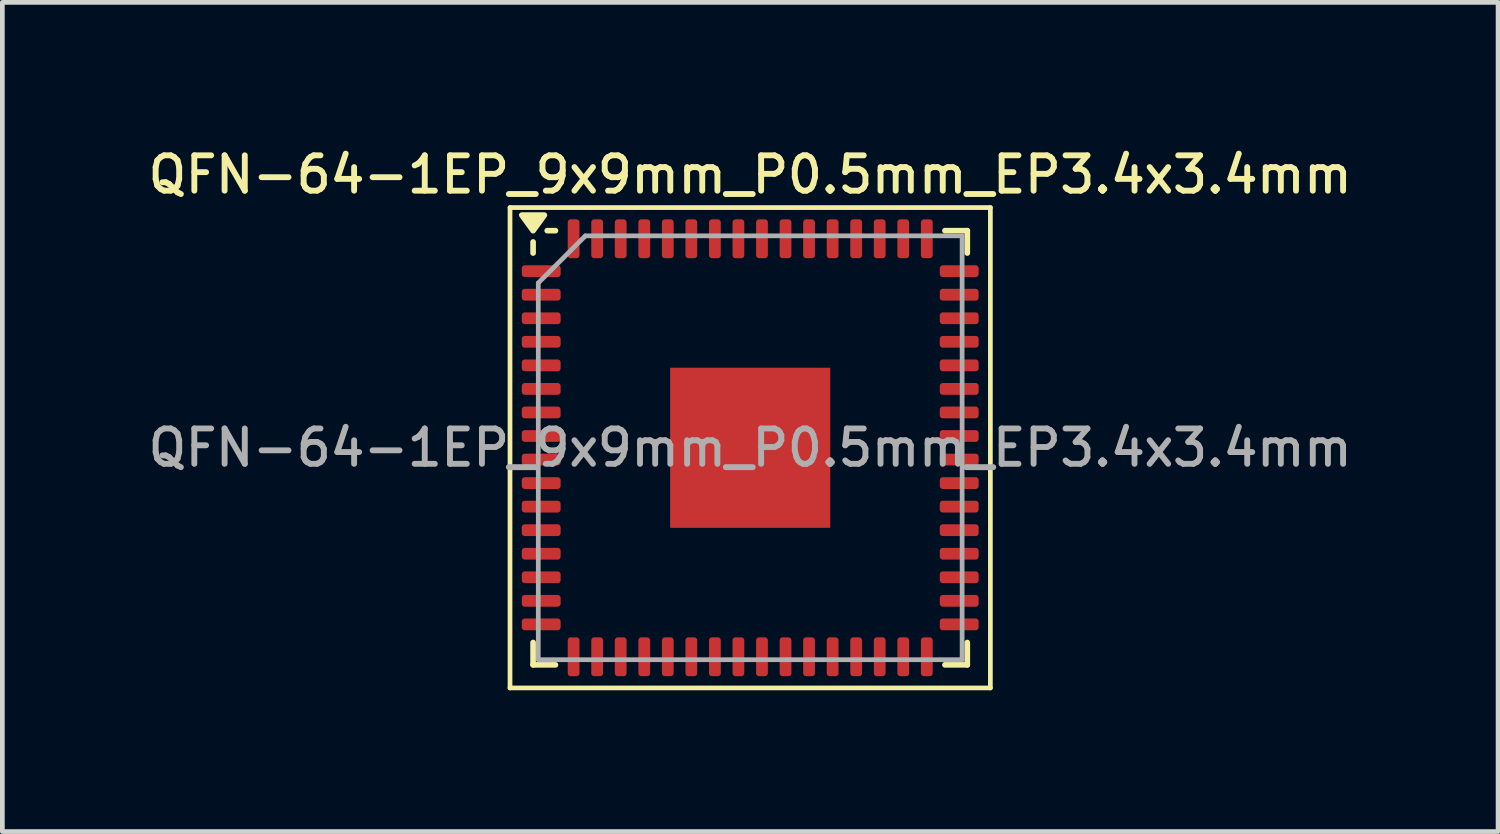
<source format=kicad_pcb>
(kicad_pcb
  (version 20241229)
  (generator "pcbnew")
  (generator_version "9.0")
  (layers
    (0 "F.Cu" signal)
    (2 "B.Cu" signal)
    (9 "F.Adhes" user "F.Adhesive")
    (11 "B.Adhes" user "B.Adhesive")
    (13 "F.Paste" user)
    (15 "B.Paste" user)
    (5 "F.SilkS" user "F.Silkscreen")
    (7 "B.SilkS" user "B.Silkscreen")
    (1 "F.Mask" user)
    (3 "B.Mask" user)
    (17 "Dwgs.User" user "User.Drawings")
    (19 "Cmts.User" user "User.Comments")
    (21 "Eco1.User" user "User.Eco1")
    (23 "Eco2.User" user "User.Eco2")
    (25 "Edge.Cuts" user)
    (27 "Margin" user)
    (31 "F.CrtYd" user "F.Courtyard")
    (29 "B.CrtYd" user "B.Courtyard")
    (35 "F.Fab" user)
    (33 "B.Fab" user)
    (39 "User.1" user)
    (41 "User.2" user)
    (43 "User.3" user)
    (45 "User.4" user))
  (footprint "QFN-64-1EP_9x9mm_P0.5mm_EP3.4x3.4mm"
    (layer "F.Cu")
    (at 12.88 6.458)
    (property "Reference" "QFN-64-1EP_9x9mm_P0.5mm_EP3.4x3.4mm" (at 0 -5.8 0) (layer "F.SilkS") (effects (font (size 0.75 0.75) (thickness 0.125))))
    (attr smd)
    (fp_line (start -5.1 -5.1) (end -5.1 5.1) (stroke (width 0.1) (type solid)) (layer "F.SilkS"))
    (fp_line (start -5.1 5.1) (end 5.1 5.1) (stroke (width 0.1) (type solid)) (layer "F.SilkS"))
    (fp_line (start -4.61 -4.135) (end -4.61 -4.37) (stroke (width 0.12) (type solid)) (layer "F.SilkS"))
    (fp_line (start -4.61 4.61) (end -4.61 4.135) (stroke (width 0.12) (type solid)) (layer "F.SilkS"))
    (fp_line (start -4.135 -4.61) (end -4.31 -4.61) (stroke (width 0.12) (type solid)) (layer "F.SilkS"))
    (fp_line (start -4.135 4.61) (end -4.61 4.61) (stroke (width 0.12) (type solid)) (layer "F.SilkS"))
    (fp_line (start 4.135 -4.61) (end 4.61 -4.61) (stroke (width 0.12) (type solid)) (layer "F.SilkS"))
    (fp_line (start 4.135 4.61) (end 4.61 4.61) (stroke (width 0.12) (type solid)) (layer "F.SilkS"))
    (fp_line (start 4.61 -4.61) (end 4.61 -4.135) (stroke (width 0.12) (type solid)) (layer "F.SilkS"))
    (fp_line (start 4.61 4.61) (end 4.61 4.135) (stroke (width 0.12) (type solid)) (layer "F.SilkS"))
    (fp_line (start 5.1 -5.1) (end -5.1 -5.1) (stroke (width 0.1) (type solid)) (layer "F.SilkS"))
    (fp_line (start 5.1 5.1) (end 5.1 -5.1) (stroke (width 0.1) (type solid)) (layer "F.SilkS"))
    (fp_poly (pts (xy -4.61 -4.61) (xy -4.85 -4.94) (xy -4.37 -4.94) (xy -4.61 -4.61)) (stroke (width 0.12) (type solid)) (fill yes) (layer "F.SilkS"))
    (fp_line (start -4.5 -3.5) (end -3.5 -4.5) (stroke (width 0.1) (type solid)) (layer "F.Fab"))
    (fp_line (start -4.5 4.5) (end -4.5 -3.5) (stroke (width 0.1) (type solid)) (layer "F.Fab"))
    (fp_line (start -3.5 -4.5) (end 4.5 -4.5) (stroke (width 0.1) (type solid)) (layer "F.Fab"))
    (fp_line (start 4.5 -4.5) (end 4.5 4.5) (stroke (width 0.1) (type solid)) (layer "F.Fab"))
    (fp_line (start 4.5 4.5) (end -4.5 4.5) (stroke (width 0.1) (type solid)) (layer "F.Fab"))
    (fp_text user "${REFERENCE}" (at 0 0 0) (layer "F.Fab") (effects (font (size 0.75 0.75) (thickness 0.125))))
    (pad "" smd roundrect (at -1.13 -1.13) (size 0.91 0.91) (layers "F.Paste") (roundrect_rratio 0.25))
    (pad "" smd roundrect (at -1.13 0) (size 0.91 0.91) (layers "F.Paste") (roundrect_rratio 0.25))
    (pad "" smd roundrect (at -1.13 1.13) (size 0.91 0.91) (layers "F.Paste") (roundrect_rratio 0.25))
    (pad "" smd roundrect (at 0 -1.13) (size 0.91 0.91) (layers "F.Paste") (roundrect_rratio 0.25))
    (pad "" smd roundrect (at 0 0) (size 0.91 0.91) (layers "F.Paste") (roundrect_rratio 0.25))
    (pad "" smd roundrect (at 0 1.13) (size 0.91 0.91) (layers "F.Paste") (roundrect_rratio 0.25))
    (pad "" smd roundrect (at 1.13 -1.13) (size 0.91 0.91) (layers "F.Paste") (roundrect_rratio 0.25))
    (pad "" smd roundrect (at 1.13 0) (size 0.91 0.91) (layers "F.Paste") (roundrect_rratio 0.25))
    (pad "" smd roundrect (at 1.13 1.13) (size 0.91 0.91) (layers "F.Paste") (roundrect_rratio 0.25))
    (pad "1" smd roundrect (at -4.438 -3.75) (size 0.825 0.25) (layers "F.Cu" "F.Mask" "F.Paste") (roundrect_rratio 0.25))
    (pad "2" smd roundrect (at -4.438 -3.25) (size 0.825 0.25) (layers "F.Cu" "F.Mask" "F.Paste") (roundrect_rratio 0.25))
    (pad "3" smd roundrect (at -4.438 -2.75) (size 0.825 0.25) (layers "F.Cu" "F.Mask" "F.Paste") (roundrect_rratio 0.25))
    (pad "4" smd roundrect (at -4.438 -2.25) (size 0.825 0.25) (layers "F.Cu" "F.Mask" "F.Paste") (roundrect_rratio 0.25))
    (pad "5" smd roundrect (at -4.438 -1.75) (size 0.825 0.25) (layers "F.Cu" "F.Mask" "F.Paste") (roundrect_rratio 0.25))
    (pad "6" smd roundrect (at -4.438 -1.25) (size 0.825 0.25) (layers "F.Cu" "F.Mask" "F.Paste") (roundrect_rratio 0.25))
    (pad "7" smd roundrect (at -4.438 -0.75) (size 0.825 0.25) (layers "F.Cu" "F.Mask" "F.Paste") (roundrect_rratio 0.25))
    (pad "8" smd roundrect (at -4.438 -0.25) (size 0.825 0.25) (layers "F.Cu" "F.Mask" "F.Paste") (roundrect_rratio 0.25))
    (pad "9" smd roundrect (at -4.438 0.25) (size 0.825 0.25) (layers "F.Cu" "F.Mask" "F.Paste") (roundrect_rratio 0.25))
    (pad "10" smd roundrect (at -4.438 0.75) (size 0.825 0.25) (layers "F.Cu" "F.Mask" "F.Paste") (roundrect_rratio 0.25))
    (pad "11" smd roundrect (at -4.438 1.25) (size 0.825 0.25) (layers "F.Cu" "F.Mask" "F.Paste") (roundrect_rratio 0.25))
    (pad "12" smd roundrect (at -4.438 1.75) (size 0.825 0.25) (layers "F.Cu" "F.Mask" "F.Paste") (roundrect_rratio 0.25))
    (pad "13" smd roundrect (at -4.438 2.25) (size 0.825 0.25) (layers "F.Cu" "F.Mask" "F.Paste") (roundrect_rratio 0.25))
    (pad "14" smd roundrect (at -4.438 2.75) (size 0.825 0.25) (layers "F.Cu" "F.Mask" "F.Paste") (roundrect_rratio 0.25))
    (pad "15" smd roundrect (at -4.438 3.25) (size 0.825 0.25) (layers "F.Cu" "F.Mask" "F.Paste") (roundrect_rratio 0.25))
    (pad "16" smd roundrect (at -4.438 3.75) (size 0.825 0.25) (layers "F.Cu" "F.Mask" "F.Paste") (roundrect_rratio 0.25))
    (pad "17" smd roundrect (at -3.75 4.438) (size 0.25 0.825) (layers "F.Cu" "F.Mask" "F.Paste") (roundrect_rratio 0.25))
    (pad "18" smd roundrect (at -3.25 4.438) (size 0.25 0.825) (layers "F.Cu" "F.Mask" "F.Paste") (roundrect_rratio 0.25))
    (pad "19" smd roundrect (at -2.75 4.438) (size 0.25 0.825) (layers "F.Cu" "F.Mask" "F.Paste") (roundrect_rratio 0.25))
    (pad "20" smd roundrect (at -2.25 4.438) (size 0.25 0.825) (layers "F.Cu" "F.Mask" "F.Paste") (roundrect_rratio 0.25))
    (pad "21" smd roundrect (at -1.75 4.438) (size 0.25 0.825) (layers "F.Cu" "F.Mask" "F.Paste") (roundrect_rratio 0.25))
    (pad "22" smd roundrect (at -1.25 4.438) (size 0.25 0.825) (layers "F.Cu" "F.Mask" "F.Paste") (roundrect_rratio 0.25))
    (pad "23" smd roundrect (at -0.75 4.438) (size 0.25 0.825) (layers "F.Cu" "F.Mask" "F.Paste") (roundrect_rratio 0.25))
    (pad "24" smd roundrect (at -0.25 4.438) (size 0.25 0.825) (layers "F.Cu" "F.Mask" "F.Paste") (roundrect_rratio 0.25))
    (pad "25" smd roundrect (at 0.25 4.438) (size 0.25 0.825) (layers "F.Cu" "F.Mask" "F.Paste") (roundrect_rratio 0.25))
    (pad "26" smd roundrect (at 0.75 4.438) (size 0.25 0.825) (layers "F.Cu" "F.Mask" "F.Paste") (roundrect_rratio 0.25))
    (pad "27" smd roundrect (at 1.25 4.438) (size 0.25 0.825) (layers "F.Cu" "F.Mask" "F.Paste") (roundrect_rratio 0.25))
    (pad "28" smd roundrect (at 1.75 4.438) (size 0.25 0.825) (layers "F.Cu" "F.Mask" "F.Paste") (roundrect_rratio 0.25))
    (pad "29" smd roundrect (at 2.25 4.438) (size 0.25 0.825) (layers "F.Cu" "F.Mask" "F.Paste") (roundrect_rratio 0.25))
    (pad "30" smd roundrect (at 2.75 4.438) (size 0.25 0.825) (layers "F.Cu" "F.Mask" "F.Paste") (roundrect_rratio 0.25))
    (pad "31" smd roundrect (at 3.25 4.438) (size 0.25 0.825) (layers "F.Cu" "F.Mask" "F.Paste") (roundrect_rratio 0.25))
    (pad "32" smd roundrect (at 3.75 4.438) (size 0.25 0.825) (layers "F.Cu" "F.Mask" "F.Paste") (roundrect_rratio 0.25))
    (pad "33" smd roundrect (at 4.438 3.75) (size 0.825 0.25) (layers "F.Cu" "F.Mask" "F.Paste") (roundrect_rratio 0.25))
    (pad "34" smd roundrect (at 4.438 3.25) (size 0.825 0.25) (layers "F.Cu" "F.Mask" "F.Paste") (roundrect_rratio 0.25))
    (pad "35" smd roundrect (at 4.438 2.75) (size 0.825 0.25) (layers "F.Cu" "F.Mask" "F.Paste") (roundrect_rratio 0.25))
    (pad "36" smd roundrect (at 4.438 2.25) (size 0.825 0.25) (layers "F.Cu" "F.Mask" "F.Paste") (roundrect_rratio 0.25))
    (pad "37" smd roundrect (at 4.438 1.75) (size 0.825 0.25) (layers "F.Cu" "F.Mask" "F.Paste") (roundrect_rratio 0.25))
    (pad "38" smd roundrect (at 4.438 1.25) (size 0.825 0.25) (layers "F.Cu" "F.Mask" "F.Paste") (roundrect_rratio 0.25))
    (pad "39" smd roundrect (at 4.438 0.75) (size 0.825 0.25) (layers "F.Cu" "F.Mask" "F.Paste") (roundrect_rratio 0.25))
    (pad "40" smd roundrect (at 4.438 0.25) (size 0.825 0.25) (layers "F.Cu" "F.Mask" "F.Paste") (roundrect_rratio 0.25))
    (pad "41" smd roundrect (at 4.438 -0.25) (size 0.825 0.25) (layers "F.Cu" "F.Mask" "F.Paste") (roundrect_rratio 0.25))
    (pad "42" smd roundrect (at 4.438 -0.75) (size 0.825 0.25) (layers "F.Cu" "F.Mask" "F.Paste") (roundrect_rratio 0.25))
    (pad "43" smd roundrect (at 4.438 -1.25) (size 0.825 0.25) (layers "F.Cu" "F.Mask" "F.Paste") (roundrect_rratio 0.25))
    (pad "44" smd roundrect (at 4.438 -1.75) (size 0.825 0.25) (layers "F.Cu" "F.Mask" "F.Paste") (roundrect_rratio 0.25))
    (pad "45" smd roundrect (at 4.438 -2.25) (size 0.825 0.25) (layers "F.Cu" "F.Mask" "F.Paste") (roundrect_rratio 0.25))
    (pad "46" smd roundrect (at 4.438 -2.75) (size 0.825 0.25) (layers "F.Cu" "F.Mask" "F.Paste") (roundrect_rratio 0.25))
    (pad "47" smd roundrect (at 4.438 -3.25) (size 0.825 0.25) (layers "F.Cu" "F.Mask" "F.Paste") (roundrect_rratio 0.25))
    (pad "48" smd roundrect (at 4.438 -3.75) (size 0.825 0.25) (layers "F.Cu" "F.Mask" "F.Paste") (roundrect_rratio 0.25))
    (pad "49" smd roundrect (at 3.75 -4.438) (size 0.25 0.825) (layers "F.Cu" "F.Mask" "F.Paste") (roundrect_rratio 0.25))
    (pad "50" smd roundrect (at 3.25 -4.438) (size 0.25 0.825) (layers "F.Cu" "F.Mask" "F.Paste") (roundrect_rratio 0.25))
    (pad "51" smd roundrect (at 2.75 -4.438) (size 0.25 0.825) (layers "F.Cu" "F.Mask" "F.Paste") (roundrect_rratio 0.25))
    (pad "52" smd roundrect (at 2.25 -4.438) (size 0.25 0.825) (layers "F.Cu" "F.Mask" "F.Paste") (roundrect_rratio 0.25))
    (pad "53" smd roundrect (at 1.75 -4.438) (size 0.25 0.825) (layers "F.Cu" "F.Mask" "F.Paste") (roundrect_rratio 0.25))
    (pad "54" smd roundrect (at 1.25 -4.438) (size 0.25 0.825) (layers "F.Cu" "F.Mask" "F.Paste") (roundrect_rratio 0.25))
    (pad "55" smd roundrect (at 0.75 -4.438) (size 0.25 0.825) (layers "F.Cu" "F.Mask" "F.Paste") (roundrect_rratio 0.25))
    (pad "56" smd roundrect (at 0.25 -4.438) (size 0.25 0.825) (layers "F.Cu" "F.Mask" "F.Paste") (roundrect_rratio 0.25))
    (pad "57" smd roundrect (at -0.25 -4.438) (size 0.25 0.825) (layers "F.Cu" "F.Mask" "F.Paste") (roundrect_rratio 0.25))
    (pad "58" smd roundrect (at -0.75 -4.438) (size 0.25 0.825) (layers "F.Cu" "F.Mask" "F.Paste") (roundrect_rratio 0.25))
    (pad "59" smd roundrect (at -1.25 -4.438) (size 0.25 0.825) (layers "F.Cu" "F.Mask" "F.Paste") (roundrect_rratio 0.25))
    (pad "60" smd roundrect (at -1.75 -4.438) (size 0.25 0.825) (layers "F.Cu" "F.Mask" "F.Paste") (roundrect_rratio 0.25))
    (pad "61" smd roundrect (at -2.25 -4.438) (size 0.25 0.825) (layers "F.Cu" "F.Mask" "F.Paste") (roundrect_rratio 0.25))
    (pad "62" smd roundrect (at -2.75 -4.438) (size 0.25 0.825) (layers "F.Cu" "F.Mask" "F.Paste") (roundrect_rratio 0.25))
    (pad "63" smd roundrect (at -3.25 -4.438) (size 0.25 0.825) (layers "F.Cu" "F.Mask" "F.Paste") (roundrect_rratio 0.25))
    (pad "64" smd roundrect (at -3.75 -4.438) (size 0.25 0.825) (layers "F.Cu" "F.Mask" "F.Paste") (roundrect_rratio 0.25))
    (pad "65" smd rect (at 0 0) (size 3.4 3.4) (property pad_prop_heatsink) (layers "F.Cu" "F.Mask")))
  (gr_rect
    (start -3 -3)
    (end 28.761 14.608)
    (stroke (width 0.1) (type default))
    (fill no)
    (layer "Edge.Cuts")))
</source>
